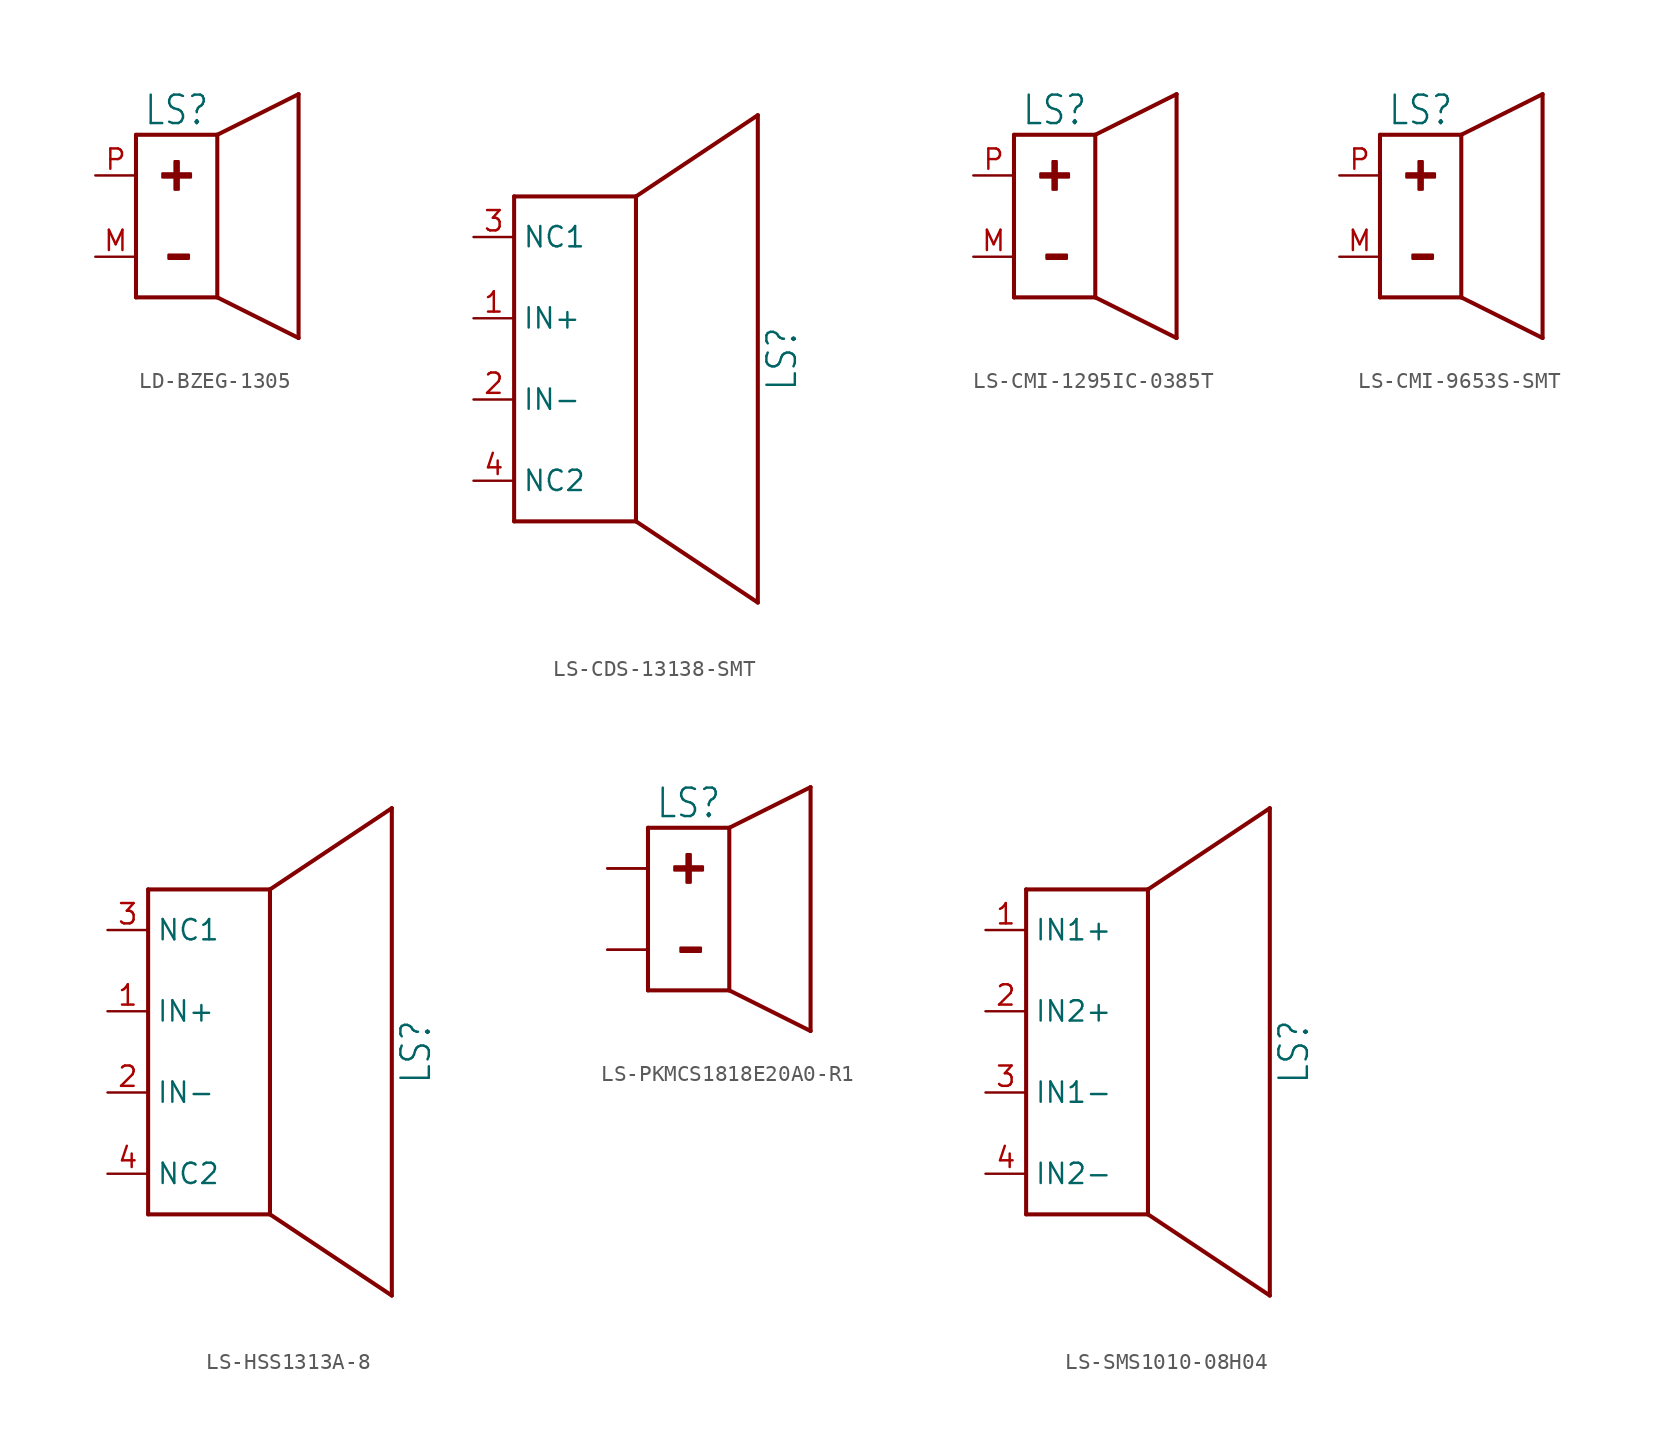
<source format=kicad_sym>
(kicad_symbol_lib
  (version 20231120)
  (generator "kicad_symbol_editor")
  (generator_version "8.0")
  (symbol "LD-BZEG-1305"
    (property "Reference" "LS"
      (at -2.54 5.588 0)
      (effects (font (size 1.778 1.511)) (justify bottom)))
    (property "Value" ""
      (at 7.62 0 90)
      (effects (font (size 1.778 1.511)) (justify bottom)))
    (property "ki_locked" ""
      (at 0 0 0)
      (effects (font (size 1.27 1.27))))
    (symbol "LD-BZEG-1305_1_0"
      (rectangle (start -3.429 2.667) (end -1.651 2.413) (stroke (width 0) (type default)) (fill (type outline)))
      (rectangle (start -3.048 -2.413) (end -1.778 -2.667) (stroke (width 0) (type default)) (fill (type outline)))
      (rectangle (start -2.667 1.651) (end -2.413 3.429) (stroke (width 0) (type default)) (fill (type outline)))
      (polyline (pts (xy -5.08 -5.08) (xy 0 -5.08)) (stroke (width 0.254) (type solid)) (fill (type none)))
      (polyline (pts (xy -5.08 5.08) (xy -5.08 -5.08)) (stroke (width 0.254) (type solid)) (fill (type none)))
      (polyline (pts (xy 0 -5.08) (xy 0 5.08)) (stroke (width 0.254) (type solid)) (fill (type none)))
      (polyline (pts (xy 0 5.08) (xy -5.08 5.08)) (stroke (width 0.254) (type solid)) (fill (type none)))
      (polyline (pts (xy 0 5.08) (xy 5.08 7.62)) (stroke (width 0.254) (type solid)) (fill (type none)))
      (polyline (pts (xy 5.08 -7.62) (xy 0 -5.08)) (stroke (width 0.254) (type solid)) (fill (type none)))
      (polyline (pts (xy 5.08 7.62) (xy 5.08 -7.62)) (stroke (width 0.254) (type solid)) (fill (type none)))
      (pin passive line (at -7.62 -2.54 0) (length 2.54) (name "V-" (effects (font (size 0 0)))) (number "M" (effects (font (size 1.27 1.27)))))
      (pin passive line (at -7.62 2.54 0) (length 2.54) (name "V+" (effects (font (size 0 0)))) (number "P" (effects (font (size 1.27 1.27)))))))
  (symbol "LS-CDS-13138-SMT"
    (property "Reference" "LS"
      (at 12.7 0 90)
      (effects (font (size 1.778 1.511)) (justify bottom)))
    (property "Value" ""
      (at 15.24 0 90)
      (effects (font (size 1.778 1.511)) (justify bottom)))
    (property "ki_locked" ""
      (at 0 0 0)
      (effects (font (size 1.27 1.27))))
    (symbol "LS-CDS-13138-SMT_1_0"
      (polyline (pts (xy -5.08 -10.16) (xy 2.54 -10.16)) (stroke (width 0.254) (type solid)) (fill (type none)))
      (polyline (pts (xy -5.08 10.16) (xy -5.08 -10.16)) (stroke (width 0.254) (type solid)) (fill (type none)))
      (polyline (pts (xy 2.54 -10.16) (xy 2.54 10.16)) (stroke (width 0.254) (type solid)) (fill (type none)))
      (polyline (pts (xy 2.54 10.16) (xy -5.08 10.16)) (stroke (width 0.254) (type solid)) (fill (type none)))
      (polyline (pts (xy 2.54 10.16) (xy 10.16 15.24)) (stroke (width 0.254) (type solid)) (fill (type none)))
      (polyline (pts (xy 10.16 -15.24) (xy 2.54 -10.16)) (stroke (width 0.254) (type solid)) (fill (type none)))
      (polyline (pts (xy 10.16 15.24) (xy 10.16 -15.24)) (stroke (width 0.254) (type solid)) (fill (type none)))
      (pin passive line (at -7.62 2.54 0) (length 2.54) (name "IN+" (effects (font (size 1.27 1.27)))) (number "1" (effects (font (size 1.27 1.27)))))
      (pin passive line (at -7.62 -2.54 0) (length 2.54) (name "IN-" (effects (font (size 1.27 1.27)))) (number "2" (effects (font (size 1.27 1.27)))))
      (pin passive line (at -7.62 7.62 0) (length 2.54) (name "NC1" (effects (font (size 1.27 1.27)))) (number "3" (effects (font (size 1.27 1.27)))))
      (pin passive line (at -7.62 -7.62 0) (length 2.54) (name "NC2" (effects (font (size 1.27 1.27)))) (number "4" (effects (font (size 1.27 1.27)))))))
  (symbol "LS-CMI-1295IC-0385T"
    (property "Reference" "LS"
      (at -2.54 5.588 0)
      (effects (font (size 1.778 1.511)) (justify bottom)))
    (property "Value" ""
      (at 7.62 0 90)
      (effects (font (size 1.778 1.511)) (justify bottom)))
    (property "ki_locked" ""
      (at 0 0 0)
      (effects (font (size 1.27 1.27))))
    (symbol "LS-CMI-1295IC-0385T_1_0"
      (rectangle (start -3.429 2.667) (end -1.651 2.413) (stroke (width 0) (type default)) (fill (type outline)))
      (rectangle (start -3.048 -2.413) (end -1.778 -2.667) (stroke (width 0) (type default)) (fill (type outline)))
      (rectangle (start -2.667 1.651) (end -2.413 3.429) (stroke (width 0) (type default)) (fill (type outline)))
      (polyline (pts (xy -5.08 -5.08) (xy 0 -5.08)) (stroke (width 0.254) (type solid)) (fill (type none)))
      (polyline (pts (xy -5.08 5.08) (xy -5.08 -5.08)) (stroke (width 0.254) (type solid)) (fill (type none)))
      (polyline (pts (xy 0 -5.08) (xy 0 5.08)) (stroke (width 0.254) (type solid)) (fill (type none)))
      (polyline (pts (xy 0 5.08) (xy -5.08 5.08)) (stroke (width 0.254) (type solid)) (fill (type none)))
      (polyline (pts (xy 0 5.08) (xy 5.08 7.62)) (stroke (width 0.254) (type solid)) (fill (type none)))
      (polyline (pts (xy 5.08 -7.62) (xy 0 -5.08)) (stroke (width 0.254) (type solid)) (fill (type none)))
      (polyline (pts (xy 5.08 7.62) (xy 5.08 -7.62)) (stroke (width 0.254) (type solid)) (fill (type none)))
      (pin passive line (at -7.62 -2.54 0) (length 2.54) (name "V-" (effects (font (size 0 0)))) (number "M" (effects (font (size 1.27 1.27)))))
      (pin passive line (at -7.62 2.54 0) (length 2.54) (name "V+" (effects (font (size 0 0)))) (number "P" (effects (font (size 1.27 1.27)))))))
  (symbol "LS-CMI-9653S-SMT"
    (property "Reference" "LS"
      (at -2.54 5.588 0)
      (effects (font (size 1.778 1.511)) (justify bottom)))
    (property "Value" ""
      (at 7.62 0 90)
      (effects (font (size 1.778 1.511)) (justify bottom)))
    (property "ki_locked" ""
      (at 0 0 0)
      (effects (font (size 1.27 1.27))))
    (symbol "LS-CMI-9653S-SMT_1_0"
      (rectangle (start -3.429 2.667) (end -1.651 2.413) (stroke (width 0) (type default)) (fill (type outline)))
      (rectangle (start -3.048 -2.413) (end -1.778 -2.667) (stroke (width 0) (type default)) (fill (type outline)))
      (rectangle (start -2.667 1.651) (end -2.413 3.429) (stroke (width 0) (type default)) (fill (type outline)))
      (polyline (pts (xy -5.08 -5.08) (xy 0 -5.08)) (stroke (width 0.254) (type solid)) (fill (type none)))
      (polyline (pts (xy -5.08 5.08) (xy -5.08 -5.08)) (stroke (width 0.254) (type solid)) (fill (type none)))
      (polyline (pts (xy 0 -5.08) (xy 0 5.08)) (stroke (width 0.254) (type solid)) (fill (type none)))
      (polyline (pts (xy 0 5.08) (xy -5.08 5.08)) (stroke (width 0.254) (type solid)) (fill (type none)))
      (polyline (pts (xy 0 5.08) (xy 5.08 7.62)) (stroke (width 0.254) (type solid)) (fill (type none)))
      (polyline (pts (xy 5.08 -7.62) (xy 0 -5.08)) (stroke (width 0.254) (type solid)) (fill (type none)))
      (polyline (pts (xy 5.08 7.62) (xy 5.08 -7.62)) (stroke (width 0.254) (type solid)) (fill (type none)))
      (pin passive line (at -7.62 -2.54 0) (length 2.54) (name "V-" (effects (font (size 0 0)))) (number "M" (effects (font (size 1.27 1.27)))))
      (pin passive line (at -7.62 2.54 0) (length 2.54) (name "V+" (effects (font (size 0 0)))) (number "P" (effects (font (size 1.27 1.27)))))))
  (symbol "LS-HSS1313A-8"
    (property "Reference" "LS"
      (at 12.7 0 90)
      (effects (font (size 1.778 1.511)) (justify bottom)))
    (property "Value" ""
      (at 15.24 0 90)
      (effects (font (size 1.778 1.511)) (justify bottom)))
    (property "ki_locked" ""
      (at 0 0 0)
      (effects (font (size 1.27 1.27))))
    (symbol "LS-HSS1313A-8_1_0"
      (polyline (pts (xy -5.08 -10.16) (xy 2.54 -10.16)) (stroke (width 0.254) (type solid)) (fill (type none)))
      (polyline (pts (xy -5.08 10.16) (xy -5.08 -10.16)) (stroke (width 0.254) (type solid)) (fill (type none)))
      (polyline (pts (xy 2.54 -10.16) (xy 2.54 10.16)) (stroke (width 0.254) (type solid)) (fill (type none)))
      (polyline (pts (xy 2.54 10.16) (xy -5.08 10.16)) (stroke (width 0.254) (type solid)) (fill (type none)))
      (polyline (pts (xy 2.54 10.16) (xy 10.16 15.24)) (stroke (width 0.254) (type solid)) (fill (type none)))
      (polyline (pts (xy 10.16 -15.24) (xy 2.54 -10.16)) (stroke (width 0.254) (type solid)) (fill (type none)))
      (polyline (pts (xy 10.16 15.24) (xy 10.16 -15.24)) (stroke (width 0.254) (type solid)) (fill (type none)))
      (pin passive line (at -7.62 2.54 0) (length 2.54) (name "IN+" (effects (font (size 1.27 1.27)))) (number "1" (effects (font (size 1.27 1.27)))))
      (pin passive line (at -7.62 -2.54 0) (length 2.54) (name "IN-" (effects (font (size 1.27 1.27)))) (number "2" (effects (font (size 1.27 1.27)))))
      (pin passive line (at -7.62 7.62 0) (length 2.54) (name "NC1" (effects (font (size 1.27 1.27)))) (number "3" (effects (font (size 1.27 1.27)))))
      (pin passive line (at -7.62 -7.62 0) (length 2.54) (name "NC2" (effects (font (size 1.27 1.27)))) (number "4" (effects (font (size 1.27 1.27)))))))
  (symbol "LS-PKMCS1818E20A0-R1"
    (property "Reference" "LS"
      (at -2.54 5.588 0)
      (effects (font (size 1.778 1.511)) (justify bottom)))
    (property "Value" ""
      (at 7.62 0 90)
      (effects (font (size 1.778 1.511)) (justify bottom)))
    (property "ki_locked" ""
      (at 0 0 0)
      (effects (font (size 1.27 1.27))))
    (symbol "LS-PKMCS1818E20A0-R1_1_0"
      (rectangle (start -3.429 2.667) (end -1.651 2.413) (stroke (width 0) (type default)) (fill (type outline)))
      (rectangle (start -3.048 -2.413) (end -1.778 -2.667) (stroke (width 0) (type default)) (fill (type outline)))
      (rectangle (start -2.667 1.651) (end -2.413 3.429) (stroke (width 0) (type default)) (fill (type outline)))
      (polyline (pts (xy -5.08 -5.08) (xy 0 -5.08)) (stroke (width 0.254) (type solid)) (fill (type none)))
      (polyline (pts (xy -5.08 5.08) (xy -5.08 -5.08)) (stroke (width 0.254) (type solid)) (fill (type none)))
      (polyline (pts (xy 0 -5.08) (xy 0 5.08)) (stroke (width 0.254) (type solid)) (fill (type none)))
      (polyline (pts (xy 0 5.08) (xy -5.08 5.08)) (stroke (width 0.254) (type solid)) (fill (type none)))
      (polyline (pts (xy 0 5.08) (xy 5.08 7.62)) (stroke (width 0.254) (type solid)) (fill (type none)))
      (polyline (pts (xy 5.08 -7.62) (xy 0 -5.08)) (stroke (width 0.254) (type solid)) (fill (type none)))
      (polyline (pts (xy 5.08 7.62) (xy 5.08 -7.62)) (stroke (width 0.254) (type solid)) (fill (type none)))
      (pin passive line (at -7.62 -2.54 0) (length 2.54) (name "V-" (effects (font (size 0 0)))) (number "1" (effects (font (size 0 0)))))
      (pin passive line (at -7.62 -2.54 0) (length 2.54) (name "V-" (effects (font (size 0 0)))) (number "2" (effects (font (size 0 0)))))
      (pin passive line (at -7.62 2.54 0) (length 2.54) (name "V+" (effects (font (size 0 0)))) (number "3" (effects (font (size 0 0)))))
      (pin passive line (at -7.62 2.54 0) (length 2.54) (name "V+" (effects (font (size 0 0)))) (number "4" (effects (font (size 0 0)))))))
  (symbol "LS-SMS1010-08H04"
    (property "Reference" "LS"
      (at 10.16 0 90)
      (effects (font (size 1.778 1.511)) (justify bottom)))
    (property "Value" ""
      (at 12.7 0 90)
      (effects (font (size 1.778 1.511)) (justify bottom)))
    (property "ki_locked" ""
      (at 0 0 0)
      (effects (font (size 1.27 1.27))))
    (symbol "LS-SMS1010-08H04_1_0"
      (polyline (pts (xy -7.62 -10.16) (xy 0 -10.16)) (stroke (width 0.254) (type solid)) (fill (type none)))
      (polyline (pts (xy -7.62 10.16) (xy -7.62 -10.16)) (stroke (width 0.254) (type solid)) (fill (type none)))
      (polyline (pts (xy 0 -10.16) (xy 0 10.16)) (stroke (width 0.254) (type solid)) (fill (type none)))
      (polyline (pts (xy 0 10.16) (xy -7.62 10.16)) (stroke (width 0.254) (type solid)) (fill (type none)))
      (polyline (pts (xy 0 10.16) (xy 7.62 15.24)) (stroke (width 0.254) (type solid)) (fill (type none)))
      (polyline (pts (xy 7.62 -15.24) (xy 0 -10.16)) (stroke (width 0.254) (type solid)) (fill (type none)))
      (polyline (pts (xy 7.62 15.24) (xy 7.62 -15.24)) (stroke (width 0.254) (type solid)) (fill (type none)))
      (pin passive line (at -10.16 7.62 0) (length 2.54) (name "IN1+" (effects (font (size 1.27 1.27)))) (number "1" (effects (font (size 1.27 1.27)))))
      (pin passive line (at -10.16 2.54 0) (length 2.54) (name "IN2+" (effects (font (size 1.27 1.27)))) (number "2" (effects (font (size 1.27 1.27)))))
      (pin passive line (at -10.16 -2.54 0) (length 2.54) (name "IN1-" (effects (font (size 1.27 1.27)))) (number "3" (effects (font (size 1.27 1.27)))))
      (pin passive line (at -10.16 -7.62 0) (length 2.54) (name "IN2-" (effects (font (size 1.27 1.27)))) (number "4" (effects (font (size 1.27 1.27))))))))
</source>
